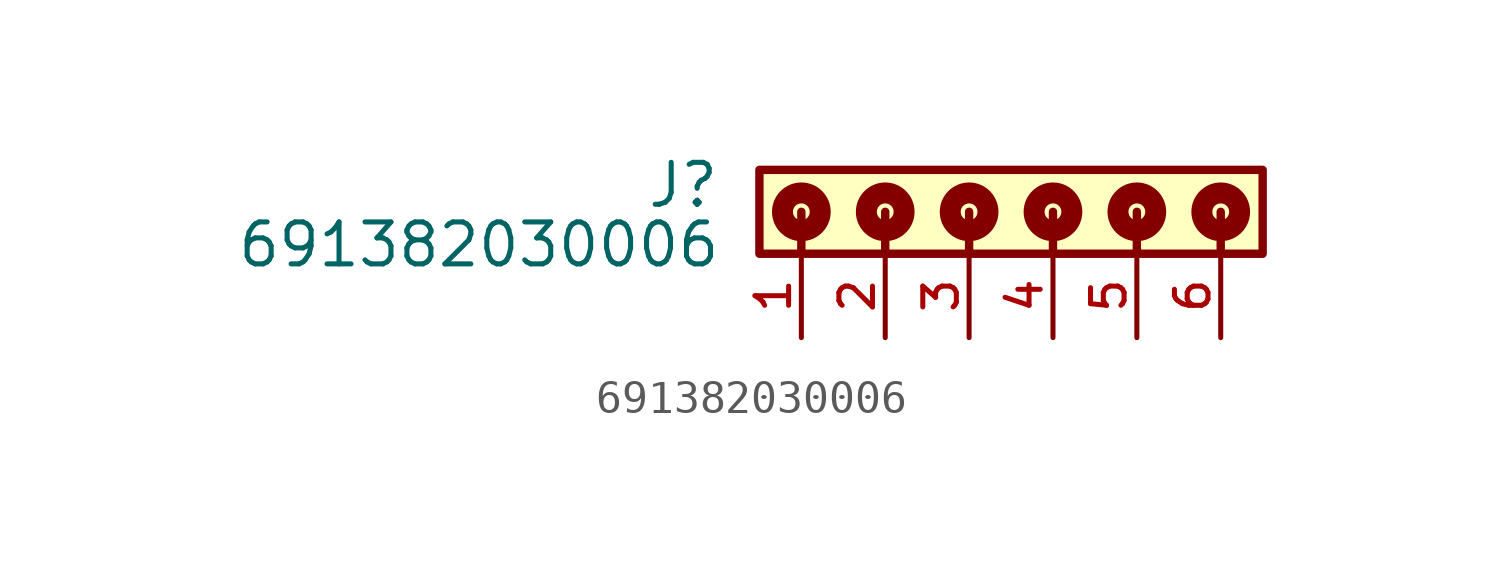
<source format=kicad_sym>
(kicad_symbol_lib
  (version 20211014)
  (generator kicad_symbol_editor)
  (symbol "691382030006"
    (pin_names
      (offset 1.016))
    (property "Reference" "J"
      (at -7.53 -1.205 0)
      (effects (font (size 1.27 1.27)) (justify bottom right)))
    (property "Value" "691382030006"
      (at -7.49 -3.01 0)
      (effects (font (size 1.27 1.27)) (justify bottom right)))
    (symbol "691382030006_0_0"
      (polyline (pts (xy -5.08 -1.27) (xy -5.08 -2.54)) (stroke (width 0.254)))
      (polyline (pts (xy -2.54 -1.27) (xy -2.54 -2.54)) (stroke (width 0.254)))
      (polyline (pts (xy 0.0 -1.27) (xy 0.0 -2.54)) (stroke (width 0.254)))
      (polyline (pts (xy 2.54 -1.27) (xy 2.54 -2.54)) (stroke (width 0.254)))
      (polyline (pts (xy 5.08 -1.27) (xy 5.08 -2.54)) (stroke (width 0.254)))
      (polyline (pts (xy 7.62 -1.27) (xy 7.62 -2.54)) (stroke (width 0.254)))
      (circle (center -5.08 -1.27) (radius 0.254) (stroke (width 0.635)) (fill (type none)))
      (circle (center -2.54 -1.27) (radius 0.254) (stroke (width 0.635)) (fill (type none)))
      (circle (center 0.0 -1.27) (radius 0.254) (stroke (width 0.635)) (fill (type none)))
      (circle (center 2.54 -1.27) (radius 0.254) (stroke (width 0.635)) (fill (type none)))
      (circle (center 5.08 -1.27) (radius 0.254) (stroke (width 0.635)) (fill (type none)))
      (circle (center 7.62 -1.27) (radius 0.254) (stroke (width 0.635)) (fill (type none)))
      (rectangle (start -6.35 -2.54) (end 8.89 0.0) (stroke (width 0.254)) (fill (type background)))
      (pin passive line (at -5.08 -5.08 90.0) (length 2.54) (name "~" (effects (font (size 1.016 1.016)))) (number "1" (effects (font (size 1.016 1.016)))))
      (pin passive line (at -2.54 -5.08 90.0) (length 2.54) (name "~" (effects (font (size 1.016 1.016)))) (number "2" (effects (font (size 1.016 1.016)))))
      (pin passive line (at 0.0 -5.08 90.0) (length 2.54) (name "~" (effects (font (size 1.016 1.016)))) (number "3" (effects (font (size 1.016 1.016)))))
      (pin passive line (at 2.54 -5.08 90.0) (length 2.54) (name "~" (effects (font (size 1.016 1.016)))) (number "4" (effects (font (size 1.016 1.016)))))
      (pin passive line (at 5.08 -5.08 90.0) (length 2.54) (name "~" (effects (font (size 1.016 1.016)))) (number "5" (effects (font (size 1.016 1.016)))))
      (pin passive line (at 7.62 -5.08 90.0) (length 2.54) (name "~" (effects (font (size 1.016 1.016)))) (number "6" (effects (font (size 1.016 1.016))))))))
</source>
